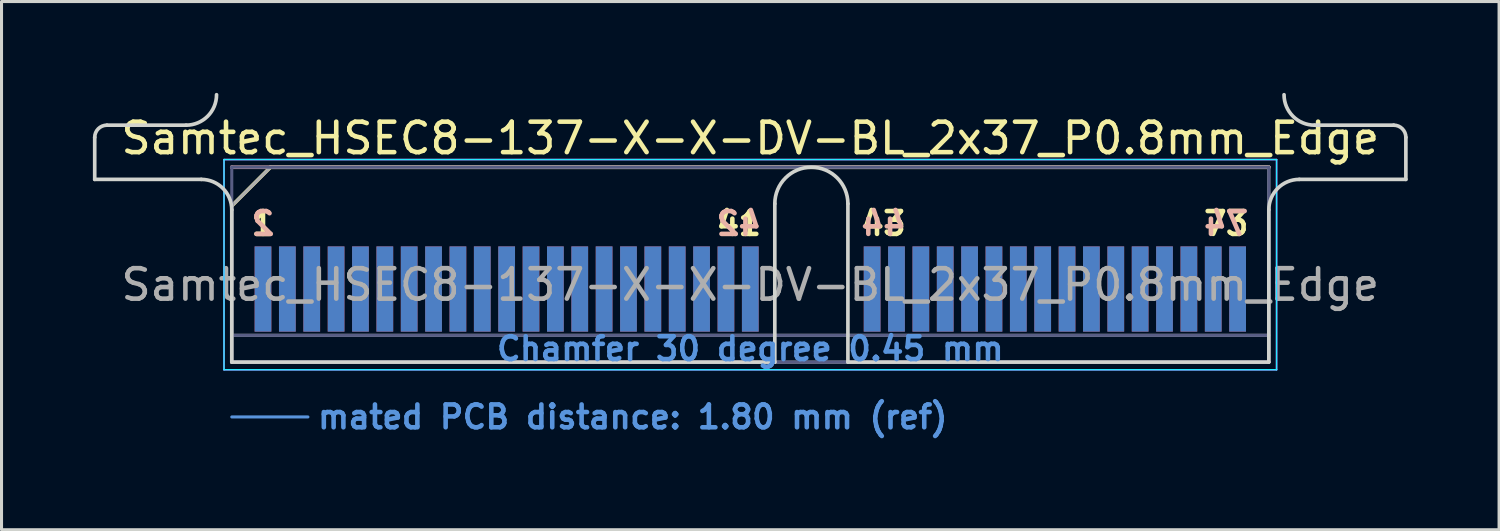
<source format=kicad_pcb>
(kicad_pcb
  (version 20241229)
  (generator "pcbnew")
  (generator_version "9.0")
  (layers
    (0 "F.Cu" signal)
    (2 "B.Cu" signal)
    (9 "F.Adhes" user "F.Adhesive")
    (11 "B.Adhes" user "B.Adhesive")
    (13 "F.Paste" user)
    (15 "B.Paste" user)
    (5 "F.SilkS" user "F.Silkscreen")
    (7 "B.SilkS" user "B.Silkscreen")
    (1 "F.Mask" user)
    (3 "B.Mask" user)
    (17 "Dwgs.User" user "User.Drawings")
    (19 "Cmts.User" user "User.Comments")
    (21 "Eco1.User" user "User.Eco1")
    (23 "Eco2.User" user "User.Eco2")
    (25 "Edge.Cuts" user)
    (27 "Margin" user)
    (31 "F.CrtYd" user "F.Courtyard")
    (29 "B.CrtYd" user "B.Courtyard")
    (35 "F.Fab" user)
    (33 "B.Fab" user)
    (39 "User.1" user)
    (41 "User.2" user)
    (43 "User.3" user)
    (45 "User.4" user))
  (footprint "Samtec_HSEC8-137-X-X-DV-BL_2x37_P0.8mm_Edge"
    (layer "F.Cu")
    (at 21.585 8.84)
    (property "Reference" "Samtec_HSEC8-137-X-X-DV-BL_2x37_P0.8mm_Edge" (at 0 -7.35 0) (layer "F.SilkS") (effects (font (size 1 1) (thickness 0.15))))
    (attr exclude_from_pos_files exclude_from_bom)
    (fp_line (start -17.025 -5.13) (end -15.755 -6.4) (stroke (width 0.12) (type solid)) (layer "F.SilkS"))
    (fp_line (start -15.755 -6.4) (end 17.025 -6.4) (stroke (width 0.12) (type solid)) (layer "F.SilkS"))
    (fp_line (start -17.025 -6.4) (end -17.025 -6.4) (stroke (width 0.12) (type solid)) (layer "B.SilkS"))
    (fp_line (start -17.025 -6.4) (end 17.025 -6.4) (stroke (width 0.12) (type solid)) (layer "B.SilkS"))
    (fp_line (start -17.025 1.8) (end -14.525 1.8) (stroke (width 0.1) (type solid)) (layer "Cmts.User"))
    (fp_line (start -21.525 -6) (end -21.525 -7.38) (stroke (width 0.12) (type solid)) (layer "Edge.Cuts"))
    (fp_line (start -21.125 -7.78) (end -18.525 -7.78) (stroke (width 0.12) (type solid)) (layer "Edge.Cuts"))
    (fp_line (start -18.025 -6) (end -21.525 -6) (stroke (width 0.12) (type solid)) (layer "Edge.Cuts"))
    (fp_line (start -17.025 -5) (end -17.025 0) (stroke (width 0.12) (type solid)) (layer "Edge.Cuts"))
    (fp_line (start -17.025 0) (end 0.805 0) (stroke (width 0.12) (type solid)) (layer "Edge.Cuts"))
    (fp_line (start 0.805 0) (end 0.805 -5.2) (stroke (width 0.12) (type solid)) (layer "Edge.Cuts"))
    (fp_line (start 3.205 -5.2) (end 3.205 0) (stroke (width 0.12) (type solid)) (layer "Edge.Cuts"))
    (fp_line (start 3.205 0) (end 17.025 0) (stroke (width 0.12) (type solid)) (layer "Edge.Cuts"))
    (fp_line (start 17.025 0) (end 17.025 -5) (stroke (width 0.12) (type solid)) (layer "Edge.Cuts"))
    (fp_line (start 18.025 -6) (end 21.525 -6) (stroke (width 0.12) (type solid)) (layer "Edge.Cuts"))
    (fp_line (start 21.125 -7.78) (end 18.525 -7.78) (stroke (width 0.12) (type solid)) (layer "Edge.Cuts"))
    (fp_line (start 21.525 -6) (end 21.525 -7.38) (stroke (width 0.12) (type solid)) (layer "Edge.Cuts"))
    (fp_arc (start -21.525 -7.38) (mid -21.407843 -7.662843) (end -21.125 -7.78) (stroke (width 0.12) (type solid)) (layer "Edge.Cuts"))
    (fp_arc (start -18.025 -6) (mid -17.317893 -5.707107) (end -17.025 -5) (stroke (width 0.12) (type solid)) (layer "Edge.Cuts"))
    (fp_arc (start -17.525 -8.78) (mid -17.817893 -8.072893) (end -18.525 -7.78) (stroke (width 0.12) (type solid)) (layer "Edge.Cuts"))
    (fp_arc (start 0.805 -5.2) (mid 2.005 -6.4) (end 3.205 -5.2) (stroke (width 0.12) (type solid)) (layer "Edge.Cuts"))
    (fp_arc (start 17.025 -5) (mid 17.317893 -5.707107) (end 18.025 -6) (stroke (width 0.12) (type solid)) (layer "Edge.Cuts"))
    (fp_arc (start 18.525 -7.78) (mid 17.817893 -8.072893) (end 17.525 -8.78) (stroke (width 0.12) (type solid)) (layer "Edge.Cuts"))
    (fp_arc (start 21.125 -7.78) (mid 21.407843 -7.662843) (end 21.525 -7.38) (stroke (width 0.12) (type solid)) (layer "Edge.Cuts"))
    (fp_line (start -17.28 -6.65) (end -17.28 0.25) (stroke (width 0.05) (type solid)) (layer "B.CrtYd"))
    (fp_line (start -17.28 0.25) (end 17.28 0.25) (stroke (width 0.05) (type solid)) (layer "B.CrtYd"))
    (fp_line (start 17.28 -6.65) (end -17.28 -6.65) (stroke (width 0.05) (type solid)) (layer "B.CrtYd"))
    (fp_line (start 17.28 0.25) (end 17.28 -6.65) (stroke (width 0.05) (type solid)) (layer "B.CrtYd"))
    (fp_line (start -17.28 -6.65) (end -17.28 0.25) (stroke (width 0.05) (type solid)) (layer "F.CrtYd"))
    (fp_line (start -17.28 0.25) (end 17.28 0.25) (stroke (width 0.05) (type solid)) (layer "F.CrtYd"))
    (fp_line (start 17.28 -6.65) (end -17.28 -6.65) (stroke (width 0.05) (type solid)) (layer "F.CrtYd"))
    (fp_line (start 17.28 0.25) (end 17.28 -6.65) (stroke (width 0.05) (type solid)) (layer "F.CrtYd"))
    (fp_line (start -17.025 -6.4) (end -17.025 -6.4) (stroke (width 0.1) (type solid)) (layer "B.Fab"))
    (fp_line (start -17.025 -6.4) (end -17.025 0) (stroke (width 0.1) (type solid)) (layer "B.Fab"))
    (fp_line (start -17.025 -6.4) (end 17.025 -6.4) (stroke (width 0.1) (type solid)) (layer "B.Fab"))
    (fp_line (start -17.025 -0.88) (end 17.025 -0.88) (stroke (width 0.1) (type solid)) (layer "B.Fab"))
    (fp_line (start -17.025 0) (end 17.025 0) (stroke (width 0.1) (type solid)) (layer "B.Fab"))
    (fp_line (start 17.025 -6.4) (end 17.025 0) (stroke (width 0.1) (type solid)) (layer "B.Fab"))
    (fp_line (start -17.025 -5.13) (end -17.025 0) (stroke (width 0.1) (type solid)) (layer "F.Fab"))
    (fp_line (start -17.025 -5.13) (end -15.755 -6.4) (stroke (width 0.1) (type solid)) (layer "F.Fab"))
    (fp_line (start -17.025 -0.88) (end 17.025 -0.88) (stroke (width 0.1) (type solid)) (layer "F.Fab"))
    (fp_line (start -17.025 0) (end 17.025 0) (stroke (width 0.1) (type solid)) (layer "F.Fab"))
    (fp_line (start -15.755 -6.4) (end 17.025 -6.4) (stroke (width 0.1) (type solid)) (layer "F.Fab"))
    (fp_line (start 17.025 -6.4) (end 17.025 0) (stroke (width 0.1) (type solid)) (layer "F.Fab"))
    (fp_text user "43" (at 4.375 -4.55 0) (layer "F.SilkS") (effects (font (size 0.75 0.75) (thickness 0.15))))
    (fp_text user "1" (at -16 -4.55 0) (layer "F.SilkS") (effects (font (size 0.75 0.75) (thickness 0.15))))
    (fp_text user "41" (at -0.375 -4.55 0) (layer "F.SilkS") (effects (font (size 0.75 0.75) (thickness 0.15))))
    (fp_text user "73" (at 15.625 -4.55 0) (layer "F.SilkS") (effects (font (size 0.75 0.75) (thickness 0.15))))
    (fp_text user "74" (at 15.625 -4.55 0) (layer "B.SilkS") (effects (font (size 0.75 0.75) (thickness 0.15)) (justify mirror)))
    (fp_text user "42" (at -0.375 -4.55 0) (layer "B.SilkS") (effects (font (size 0.75 0.75) (thickness 0.15)) (justify mirror)))
    (fp_text user "2" (at -16 -4.55 0) (layer "B.SilkS") (effects (font (size 0.75 0.75) (thickness 0.15)) (justify mirror)))
    (fp_text user "44" (at 4.375 -4.55 0) (layer "B.SilkS") (effects (font (size 0.75 0.75) (thickness 0.15)) (justify mirror)))
    (fp_text user "mated PCB distance: 1.80 mm (ref)" (at -14.28 1.8 0) (layer "Cmts.User") (effects (font (size 0.75 0.75) (thickness 0.15)) (justify left)))
    (fp_text user "Chamfer 30 degree 0.45 mm" (at 0 -0.44 0) (layer "Cmts.User") (effects (font (size 0.75 0.75) (thickness 0.15))))
    (fp_text user "${REFERENCE}" (at 0 -2.54 0) (layer "F.Fab") (effects (font (size 1 1) (thickness 0.15))))
    (pad "1" connect rect (at -16 -2.4) (size 0.55 2.8) (layers "F.Cu" "F.Mask"))
    (pad "2" connect rect (at -16 -2.4) (size 0.55 2.8) (layers "B.Cu" "B.Mask"))
    (pad "3" connect rect (at -15.2 -2.4) (size 0.55 2.8) (layers "F.Cu" "F.Mask"))
    (pad "4" connect rect (at -15.2 -2.4) (size 0.55 2.8) (layers "B.Cu" "B.Mask"))
    (pad "5" connect rect (at -14.4 -2.4) (size 0.55 2.8) (layers "F.Cu" "F.Mask"))
    (pad "6" connect rect (at -14.4 -2.4) (size 0.55 2.8) (layers "B.Cu" "B.Mask"))
    (pad "7" connect rect (at -13.6 -2.4) (size 0.55 2.8) (layers "F.Cu" "F.Mask"))
    (pad "8" connect rect (at -13.6 -2.4) (size 0.55 2.8) (layers "B.Cu" "B.Mask"))
    (pad "9" connect rect (at -12.8 -2.4) (size 0.55 2.8) (layers "F.Cu" "F.Mask"))
    (pad "10" connect rect (at -12.8 -2.4) (size 0.55 2.8) (layers "B.Cu" "B.Mask"))
    (pad "11" connect rect (at -12 -2.4) (size 0.55 2.8) (layers "F.Cu" "F.Mask"))
    (pad "12" connect rect (at -12 -2.4) (size 0.55 2.8) (layers "B.Cu" "B.Mask"))
    (pad "13" connect rect (at -11.2 -2.4) (size 0.55 2.8) (layers "F.Cu" "F.Mask"))
    (pad "14" connect rect (at -11.2 -2.4) (size 0.55 2.8) (layers "B.Cu" "B.Mask"))
    (pad "15" connect rect (at -10.4 -2.4) (size 0.55 2.8) (layers "F.Cu" "F.Mask"))
    (pad "16" connect rect (at -10.4 -2.4) (size 0.55 2.8) (layers "B.Cu" "B.Mask"))
    (pad "17" connect rect (at -9.6 -2.4) (size 0.55 2.8) (layers "F.Cu" "F.Mask"))
    (pad "18" connect rect (at -9.6 -2.4) (size 0.55 2.8) (layers "B.Cu" "B.Mask"))
    (pad "19" connect rect (at -8.8 -2.4) (size 0.55 2.8) (layers "F.Cu" "F.Mask"))
    (pad "20" connect rect (at -8.8 -2.4) (size 0.55 2.8) (layers "B.Cu" "B.Mask"))
    (pad "21" connect rect (at -8 -2.4) (size 0.55 2.8) (layers "F.Cu" "F.Mask"))
    (pad "22" connect rect (at -8 -2.4) (size 0.55 2.8) (layers "B.Cu" "B.Mask"))
    (pad "23" connect rect (at -7.2 -2.4) (size 0.55 2.8) (layers "F.Cu" "F.Mask"))
    (pad "24" connect rect (at -7.2 -2.4) (size 0.55 2.8) (layers "B.Cu" "B.Mask"))
    (pad "25" connect rect (at -6.4 -2.4) (size 0.55 2.8) (layers "F.Cu" "F.Mask"))
    (pad "26" connect rect (at -6.4 -2.4) (size 0.55 2.8) (layers "B.Cu" "B.Mask"))
    (pad "27" connect rect (at -5.6 -2.4) (size 0.55 2.8) (layers "F.Cu" "F.Mask"))
    (pad "28" connect rect (at -5.6 -2.4) (size 0.55 2.8) (layers "B.Cu" "B.Mask"))
    (pad "29" connect rect (at -4.8 -2.4) (size 0.55 2.8) (layers "F.Cu" "F.Mask"))
    (pad "30" connect rect (at -4.8 -2.4) (size 0.55 2.8) (layers "B.Cu" "B.Mask"))
    (pad "31" connect rect (at -4 -2.4) (size 0.55 2.8) (layers "F.Cu" "F.Mask"))
    (pad "32" connect rect (at -4 -2.4) (size 0.55 2.8) (layers "B.Cu" "B.Mask"))
    (pad "33" connect rect (at -3.2 -2.4) (size 0.55 2.8) (layers "F.Cu" "F.Mask"))
    (pad "34" connect rect (at -3.2 -2.4) (size 0.55 2.8) (layers "B.Cu" "B.Mask"))
    (pad "35" connect rect (at -2.4 -2.4) (size 0.55 2.8) (layers "F.Cu" "F.Mask"))
    (pad "36" connect rect (at -2.4 -2.4) (size 0.55 2.8) (layers "B.Cu" "B.Mask"))
    (pad "37" connect rect (at -1.6 -2.4) (size 0.55 2.8) (layers "F.Cu" "F.Mask"))
    (pad "38" connect rect (at -1.6 -2.4) (size 0.55 2.8) (layers "B.Cu" "B.Mask"))
    (pad "39" connect rect (at -0.8 -2.4) (size 0.55 2.8) (layers "F.Cu" "F.Mask"))
    (pad "40" connect rect (at -0.8 -2.4) (size 0.55 2.8) (layers "B.Cu" "B.Mask"))
    (pad "41" connect rect (at 0 -2.4) (size 0.55 2.8) (layers "F.Cu" "F.Mask"))
    (pad "42" connect rect (at 0 -2.4) (size 0.55 2.8) (layers "B.Cu" "B.Mask"))
    (pad "43" connect rect (at 4 -2.4) (size 0.55 2.8) (layers "F.Cu" "F.Mask"))
    (pad "44" connect rect (at 4 -2.4) (size 0.55 2.8) (layers "B.Cu" "B.Mask"))
    (pad "45" connect rect (at 4.8 -2.4) (size 0.55 2.8) (layers "F.Cu" "F.Mask"))
    (pad "46" connect rect (at 4.8 -2.4) (size 0.55 2.8) (layers "B.Cu" "B.Mask"))
    (pad "47" connect rect (at 5.6 -2.4) (size 0.55 2.8) (layers "F.Cu" "F.Mask"))
    (pad "48" connect rect (at 5.6 -2.4) (size 0.55 2.8) (layers "B.Cu" "B.Mask"))
    (pad "49" connect rect (at 6.4 -2.4) (size 0.55 2.8) (layers "F.Cu" "F.Mask"))
    (pad "50" connect rect (at 6.4 -2.4) (size 0.55 2.8) (layers "B.Cu" "B.Mask"))
    (pad "51" connect rect (at 7.2 -2.4) (size 0.55 2.8) (layers "F.Cu" "F.Mask"))
    (pad "52" connect rect (at 7.2 -2.4) (size 0.55 2.8) (layers "B.Cu" "B.Mask"))
    (pad "53" connect rect (at 8 -2.4) (size 0.55 2.8) (layers "F.Cu" "F.Mask"))
    (pad "54" connect rect (at 8 -2.4) (size 0.55 2.8) (layers "B.Cu" "B.Mask"))
    (pad "55" connect rect (at 8.8 -2.4) (size 0.55 2.8) (layers "F.Cu" "F.Mask"))
    (pad "56" connect rect (at 8.8 -2.4) (size 0.55 2.8) (layers "B.Cu" "B.Mask"))
    (pad "57" connect rect (at 9.6 -2.4) (size 0.55 2.8) (layers "F.Cu" "F.Mask"))
    (pad "58" connect rect (at 9.6 -2.4) (size 0.55 2.8) (layers "B.Cu" "B.Mask"))
    (pad "59" connect rect (at 10.4 -2.4) (size 0.55 2.8) (layers "F.Cu" "F.Mask"))
    (pad "60" connect rect (at 10.4 -2.4) (size 0.55 2.8) (layers "B.Cu" "B.Mask"))
    (pad "61" connect rect (at 11.2 -2.4) (size 0.55 2.8) (layers "F.Cu" "F.Mask"))
    (pad "62" connect rect (at 11.2 -2.4) (size 0.55 2.8) (layers "B.Cu" "B.Mask"))
    (pad "63" connect rect (at 12 -2.4) (size 0.55 2.8) (layers "F.Cu" "F.Mask"))
    (pad "64" connect rect (at 12 -2.4) (size 0.55 2.8) (layers "B.Cu" "B.Mask"))
    (pad "65" connect rect (at 12.8 -2.4) (size 0.55 2.8) (layers "F.Cu" "F.Mask"))
    (pad "66" connect rect (at 12.8 -2.4) (size 0.55 2.8) (layers "B.Cu" "B.Mask"))
    (pad "67" connect rect (at 13.6 -2.4) (size 0.55 2.8) (layers "F.Cu" "F.Mask"))
    (pad "68" connect rect (at 13.6 -2.4) (size 0.55 2.8) (layers "B.Cu" "B.Mask"))
    (pad "69" connect rect (at 14.4 -2.4) (size 0.55 2.8) (layers "F.Cu" "F.Mask"))
    (pad "70" connect rect (at 14.4 -2.4) (size 0.55 2.8) (layers "B.Cu" "B.Mask"))
    (pad "71" connect rect (at 15.2 -2.4) (size 0.55 2.8) (layers "F.Cu" "F.Mask"))
    (pad "72" connect rect (at 15.2 -2.4) (size 0.55 2.8) (layers "B.Cu" "B.Mask"))
    (pad "73" connect rect (at 16 -2.4) (size 0.55 2.8) (layers "F.Cu" "F.Mask"))
    (pad "74" connect rect (at 16 -2.4) (size 0.55 2.8) (layers "B.Cu" "B.Mask")))
  (gr_rect
    (start -3 -3)
    (end 46.17 14.342)
    (stroke (width 0.1) (type default))
    (fill no)
    (layer "Edge.Cuts")))
</source>
